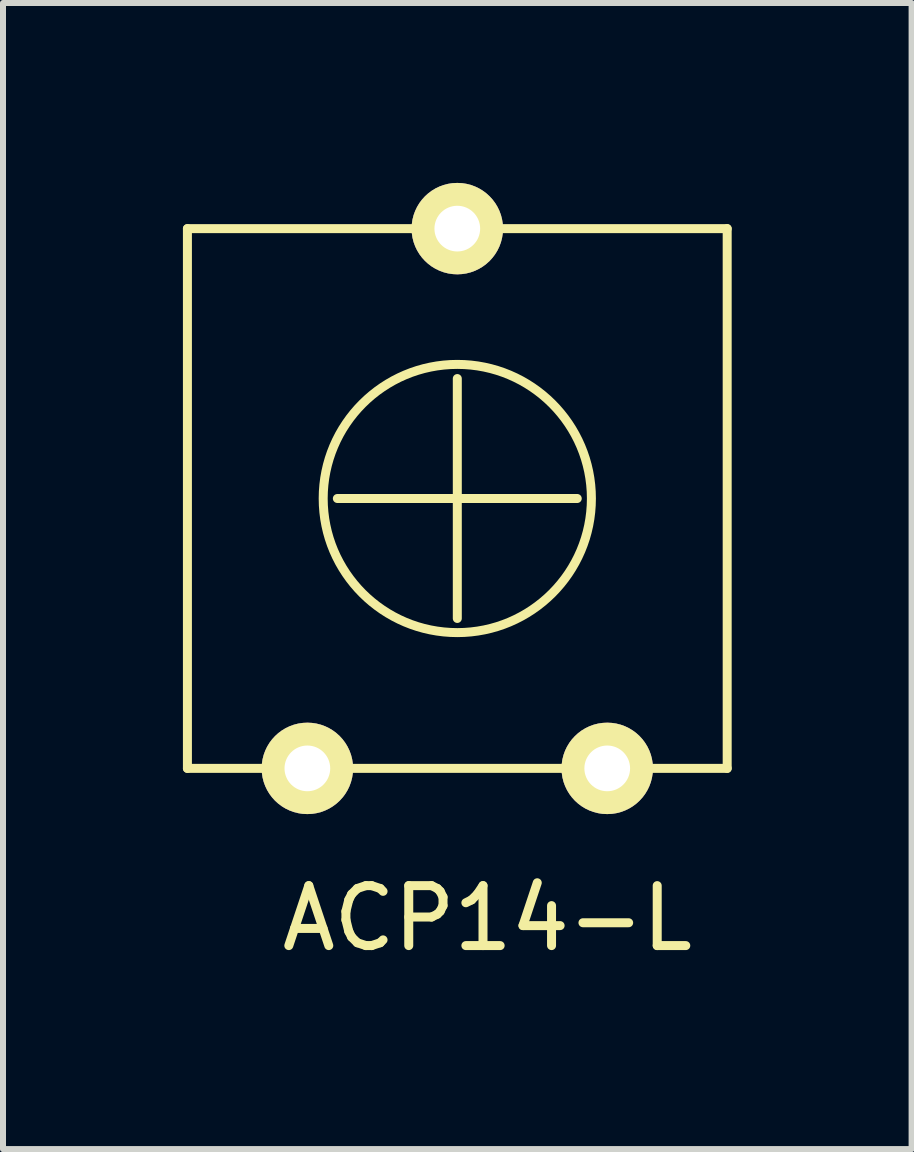
<source format=kicad_pcb>
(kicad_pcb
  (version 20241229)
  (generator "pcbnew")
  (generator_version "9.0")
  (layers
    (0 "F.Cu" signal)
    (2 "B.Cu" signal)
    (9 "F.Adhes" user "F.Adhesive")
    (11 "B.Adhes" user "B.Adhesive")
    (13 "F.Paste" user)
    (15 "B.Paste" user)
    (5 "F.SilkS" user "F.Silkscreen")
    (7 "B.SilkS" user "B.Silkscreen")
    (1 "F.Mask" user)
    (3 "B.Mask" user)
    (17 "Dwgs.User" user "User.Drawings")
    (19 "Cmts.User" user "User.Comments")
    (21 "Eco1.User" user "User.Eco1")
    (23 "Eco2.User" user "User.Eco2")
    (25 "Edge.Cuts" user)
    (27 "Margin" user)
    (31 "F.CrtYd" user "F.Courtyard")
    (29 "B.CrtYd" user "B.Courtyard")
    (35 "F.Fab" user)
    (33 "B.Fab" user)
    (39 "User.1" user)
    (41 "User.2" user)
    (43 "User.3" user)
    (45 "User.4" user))
  (footprint "ACP14-L"
    (layer "F.Cu")
    (at 2.075 9.762)
    (property "Reference" "ACP14-L" (at 3 2.5 0) (layer "F.SilkS") (effects (font (size 1 1) (thickness 0.15))))
    (attr through_hole)
    (fp_line (start -2 -9) (end 2.5 -9) (stroke (width 0.15) (type solid)) (layer "F.SilkS"))
    (fp_line (start -2 0) (end -2 -9) (stroke (width 0.15) (type solid)) (layer "F.SilkS"))
    (fp_line (start 2.5 -9) (end 7 -9) (stroke (width 0.15) (type solid)) (layer "F.SilkS"))
    (fp_line (start 2.5 -6.5) (end 2.5 -2.5) (stroke (width 0.15) (type solid)) (layer "F.SilkS"))
    (fp_line (start 4.5 -4.5) (end 0.5 -4.5) (stroke (width 0.15) (type solid)) (layer "F.SilkS"))
    (fp_line (start 7 -9) (end 7 0) (stroke (width 0.15) (type solid)) (layer "F.SilkS"))
    (fp_line (start 7 0) (end -2 0) (stroke (width 0.15) (type solid)) (layer "F.SilkS"))
    (fp_circle (center 2.5 -4.5) (end 1.5 -6.5) (stroke (width 0.15) (type solid)) (fill no) (layer "F.SilkS"))
    (pad "1" thru_hole circle (at 0 0) (size 1.524 1.524) (drill 0.762) (layers "*.Cu" "*.Mask" "F.SilkS"))
    (pad "2" thru_hole circle (at 2.5 -9) (size 1.524 1.524) (drill 0.762) (layers "*.Cu" "*.Mask" "F.SilkS"))
    (pad "3" thru_hole circle (at 5 0) (size 1.524 1.524) (drill 0.762) (layers "*.Cu" "*.Mask" "F.SilkS")))
  (gr_rect
    (start -3 -3)
    (end 12.15 16.11)
    (stroke (width 0.1) (type default))
    (fill no)
    (layer "Edge.Cuts")))
</source>
